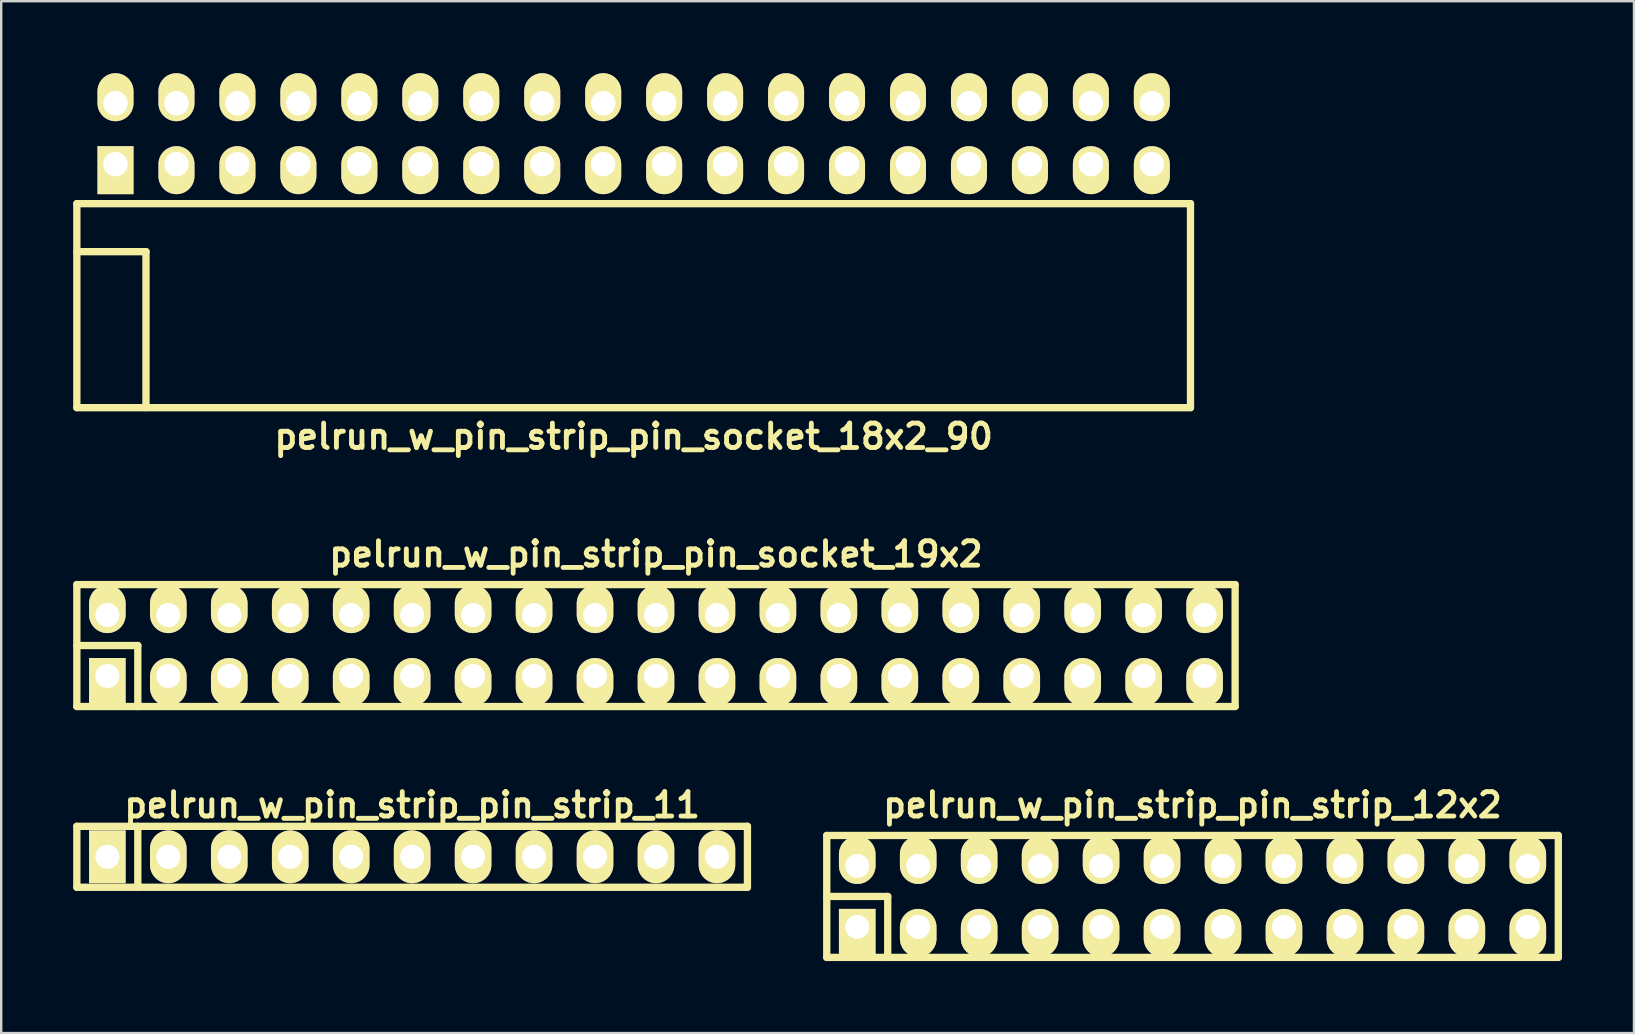
<source format=kicad_pcb>
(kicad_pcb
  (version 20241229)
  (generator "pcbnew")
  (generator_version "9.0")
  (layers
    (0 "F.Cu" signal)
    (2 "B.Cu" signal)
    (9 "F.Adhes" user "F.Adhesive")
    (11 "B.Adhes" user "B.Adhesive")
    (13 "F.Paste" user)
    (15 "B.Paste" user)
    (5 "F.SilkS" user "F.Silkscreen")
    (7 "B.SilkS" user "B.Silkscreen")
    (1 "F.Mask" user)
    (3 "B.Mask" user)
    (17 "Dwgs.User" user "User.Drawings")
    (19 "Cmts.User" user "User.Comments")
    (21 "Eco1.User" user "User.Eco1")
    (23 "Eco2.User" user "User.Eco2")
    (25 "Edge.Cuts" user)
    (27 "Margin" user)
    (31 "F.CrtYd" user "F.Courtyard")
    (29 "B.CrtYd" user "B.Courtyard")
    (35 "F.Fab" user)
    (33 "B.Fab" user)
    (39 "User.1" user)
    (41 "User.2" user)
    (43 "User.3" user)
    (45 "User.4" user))
  (footprint "pelrun_w_pin_strip_pin_socket_18x2_90"
    (layer "F.Cu")
    (at 23.352 7.435)
    (property "Reference" "pelrun_w_pin_strip_pin_socket_18x2_90" (at 0 7.7 0) (layer "F.SilkS") (effects (font (size 1.016 1.016) (thickness 0.203))))
    (attr through_hole)
    (fp_line (start -23.2 -2) (end -23.2 6.5) (stroke (width 0.305) (type solid)) (layer "F.SilkS"))
    (fp_line (start -23.2 -2) (end 23.2 -2) (stroke (width 0.305) (type solid)) (layer "F.SilkS"))
    (fp_line (start -23.2 0) (end -20.32 0) (stroke (width 0.305) (type solid)) (layer "F.SilkS"))
    (fp_line (start -23.2 6.5) (end 23.2 6.5) (stroke (width 0.305) (type solid)) (layer "F.SilkS"))
    (fp_line (start -20.32 0) (end -20.32 6.5) (stroke (width 0.305) (type solid)) (layer "F.SilkS"))
    (fp_line (start 23.2 -2) (end 23.2 6.5) (stroke (width 0.305) (type solid)) (layer "F.SilkS"))
    (pad "1" thru_hole rect (at -21.59 -3.645) (size 1.5 2) (drill 1.02 (offset 0 0.25)) (layers "*.Cu" "*.Mask" "F.SilkS"))
    (pad "2" thru_hole oval (at -21.59 -6.185) (size 1.5 2) (drill 1.02 (offset 0 -0.25)) (layers "*.Cu" "*.Mask" "F.SilkS"))
    (pad "3" thru_hole oval (at -19.05 -3.645) (size 1.5 2) (drill 1.02 (offset 0 0.25)) (layers "*.Cu" "*.Mask" "F.SilkS"))
    (pad "4" thru_hole oval (at -19.05 -6.185) (size 1.5 2) (drill 1.02 (offset 0 -0.25)) (layers "*.Cu" "*.Mask" "F.SilkS"))
    (pad "5" thru_hole oval (at -16.51 -3.645) (size 1.5 2) (drill 1.02 (offset 0 0.25)) (layers "*.Cu" "*.Mask" "F.SilkS"))
    (pad "6" thru_hole oval (at -16.51 -6.185) (size 1.5 2) (drill 1.02 (offset 0 -0.25)) (layers "*.Cu" "*.Mask" "F.SilkS"))
    (pad "7" thru_hole oval (at -13.97 -3.645) (size 1.5 2) (drill 1.02 (offset 0 0.25)) (layers "*.Cu" "*.Mask" "F.SilkS"))
    (pad "8" thru_hole oval (at -13.97 -6.185) (size 1.5 2) (drill 1.02 (offset 0 -0.25)) (layers "*.Cu" "*.Mask" "F.SilkS"))
    (pad "9" thru_hole oval (at -11.43 -3.645) (size 1.5 2) (drill 1.02 (offset 0 0.25)) (layers "*.Cu" "*.Mask" "F.SilkS"))
    (pad "10" thru_hole oval (at -11.43 -6.185) (size 1.5 2) (drill 1.02 (offset 0 -0.25)) (layers "*.Cu" "*.Mask" "F.SilkS"))
    (pad "11" thru_hole oval (at -8.89 -3.645) (size 1.5 2) (drill 1.02 (offset 0 0.25)) (layers "*.Cu" "*.Mask" "F.SilkS"))
    (pad "12" thru_hole oval (at -8.89 -6.185) (size 1.5 2) (drill 1.02 (offset 0 -0.25)) (layers "*.Cu" "*.Mask" "F.SilkS"))
    (pad "13" thru_hole oval (at -6.35 -3.645) (size 1.5 2) (drill 1.02 (offset 0 0.25)) (layers "*.Cu" "*.Mask" "F.SilkS"))
    (pad "14" thru_hole oval (at -6.35 -6.185) (size 1.5 2) (drill 1.02 (offset 0 -0.25)) (layers "*.Cu" "*.Mask" "F.SilkS"))
    (pad "15" thru_hole oval (at -3.81 -3.645) (size 1.5 2) (drill 1.02 (offset 0 0.25)) (layers "*.Cu" "*.Mask" "F.SilkS"))
    (pad "16" thru_hole oval (at -3.81 -6.185) (size 1.5 2) (drill 1.02 (offset 0 -0.25)) (layers "*.Cu" "*.Mask" "F.SilkS"))
    (pad "17" thru_hole oval (at -1.27 -3.645) (size 1.5 2) (drill 1.02 (offset 0 0.25)) (layers "*.Cu" "*.Mask" "F.SilkS"))
    (pad "18" thru_hole oval (at -1.27 -6.185) (size 1.5 2) (drill 1.02 (offset 0 -0.25)) (layers "*.Cu" "*.Mask" "F.SilkS"))
    (pad "19" thru_hole oval (at 1.27 -3.645) (size 1.5 2) (drill 1.02 (offset 0 0.25)) (layers "*.Cu" "*.Mask" "F.SilkS"))
    (pad "20" thru_hole oval (at 1.27 -6.185) (size 1.5 2) (drill 1.02 (offset 0 -0.25)) (layers "*.Cu" "*.Mask" "F.SilkS"))
    (pad "21" thru_hole oval (at 3.81 -3.645) (size 1.5 2) (drill 1.02 (offset 0 0.25)) (layers "*.Cu" "*.Mask" "F.SilkS"))
    (pad "22" thru_hole oval (at 3.81 -6.185) (size 1.5 2) (drill 1.02 (offset 0 -0.25)) (layers "*.Cu" "*.Mask" "F.SilkS"))
    (pad "23" thru_hole oval (at 6.35 -3.645) (size 1.5 2) (drill 1.02 (offset 0 0.25)) (layers "*.Cu" "*.Mask" "F.SilkS"))
    (pad "24" thru_hole oval (at 6.35 -6.185) (size 1.5 2) (drill 1.02 (offset 0 -0.25)) (layers "*.Cu" "*.Mask" "F.SilkS"))
    (pad "25" thru_hole oval (at 8.89 -3.645) (size 1.5 2) (drill 1.02 (offset 0 0.25)) (layers "*.Cu" "*.Mask" "F.SilkS"))
    (pad "26" thru_hole oval (at 8.89 -6.185) (size 1.5 2) (drill 1.02 (offset 0 -0.25)) (layers "*.Cu" "*.Mask" "F.SilkS"))
    (pad "27" thru_hole oval (at 11.43 -3.645) (size 1.5 2) (drill 1.02 (offset 0 0.25)) (layers "*.Cu" "*.Mask" "F.SilkS"))
    (pad "28" thru_hole oval (at 11.43 -6.185) (size 1.5 2) (drill 1.02 (offset 0 -0.25)) (layers "*.Cu" "*.Mask" "F.SilkS"))
    (pad "29" thru_hole oval (at 13.97 -3.645) (size 1.5 2) (drill 1.02 (offset 0 0.25)) (layers "*.Cu" "*.Mask" "F.SilkS"))
    (pad "30" thru_hole oval (at 13.97 -6.185) (size 1.5 2) (drill 1.02 (offset 0 -0.25)) (layers "*.Cu" "*.Mask" "F.SilkS"))
    (pad "31" thru_hole oval (at 16.51 -3.645) (size 1.5 2) (drill 1.02 (offset 0 0.25)) (layers "*.Cu" "*.Mask" "F.SilkS"))
    (pad "32" thru_hole oval (at 16.51 -6.185) (size 1.5 2) (drill 1.02 (offset 0 -0.25)) (layers "*.Cu" "*.Mask" "F.SilkS"))
    (pad "33" thru_hole oval (at 19.05 -3.645) (size 1.5 2) (drill 1.02 (offset 0 0.25)) (layers "*.Cu" "*.Mask" "F.SilkS"))
    (pad "34" thru_hole oval (at 19.05 -6.185) (size 1.5 2) (drill 1.02 (offset 0 -0.25)) (layers "*.Cu" "*.Mask" "F.SilkS"))
    (pad "35" thru_hole oval (at 21.59 -3.645) (size 1.5 2) (drill 1.02 (offset 0 0.25)) (layers "*.Cu" "*.Mask" "F.SilkS"))
    (pad "36" thru_hole oval (at 21.59 -6.185) (size 1.5 2) (drill 1.02 (offset 0 -0.25)) (layers "*.Cu" "*.Mask" "F.SilkS")))
  (footprint "pelrun_w_pin_strip_pin_strip_12x2"
    (layer "F.Cu")
    (at 46.637 34.3)
    (property "Reference" "pelrun_w_pin_strip_pin_strip_12x2" (at 0 -3.81 0) (layer "F.SilkS") (effects (font (size 1.016 1.016) (thickness 0.203))))
    (attr through_hole)
    (fp_line (start -15.24 -2.54) (end -15.24 2.54) (stroke (width 0.305) (type solid)) (layer "F.SilkS"))
    (fp_line (start -15.24 -2.54) (end 15.24 -2.54) (stroke (width 0.305) (type solid)) (layer "F.SilkS"))
    (fp_line (start -15.24 0) (end -12.7 0) (stroke (width 0.305) (type solid)) (layer "F.SilkS"))
    (fp_line (start -12.7 0) (end -12.7 2.54) (stroke (width 0.305) (type solid)) (layer "F.SilkS"))
    (fp_line (start 15.24 2.54) (end -15.24 2.54) (stroke (width 0.305) (type solid)) (layer "F.SilkS"))
    (fp_line (start 15.24 2.54) (end 15.24 -2.54) (stroke (width 0.305) (type solid)) (layer "F.SilkS"))
    (pad "1" thru_hole rect (at -13.97 1.27) (size 1.524 1.999) (drill 1.001 (offset 0 0.249)) (layers "*.Cu" "*.Mask" "F.SilkS"))
    (pad "2" thru_hole oval (at -13.97 -1.27) (size 1.524 1.999) (drill 1.001 (offset 0 -0.249)) (layers "*.Cu" "*.Mask" "F.SilkS"))
    (pad "3" thru_hole oval (at -11.43 1.27) (size 1.524 1.999) (drill 1.001 (offset 0 0.249)) (layers "*.Cu" "*.Mask" "F.SilkS"))
    (pad "4" thru_hole oval (at -11.43 -1.27) (size 1.524 1.999) (drill 1.001 (offset 0 -0.249)) (layers "*.Cu" "*.Mask" "F.SilkS"))
    (pad "5" thru_hole oval (at -8.89 1.27) (size 1.524 1.999) (drill 1.001 (offset 0 0.249)) (layers "*.Cu" "*.Mask" "F.SilkS"))
    (pad "6" thru_hole oval (at -8.89 -1.27) (size 1.524 1.999) (drill 1.001 (offset 0 -0.249)) (layers "*.Cu" "*.Mask" "F.SilkS"))
    (pad "7" thru_hole oval (at -6.35 1.27) (size 1.524 1.999) (drill 1.001 (offset 0 0.249)) (layers "*.Cu" "*.Mask" "F.SilkS"))
    (pad "8" thru_hole oval (at -6.35 -1.27) (size 1.524 1.999) (drill 1.001 (offset 0 -0.249)) (layers "*.Cu" "*.Mask" "F.SilkS"))
    (pad "9" thru_hole oval (at -3.81 1.27) (size 1.524 1.999) (drill 1.001 (offset 0 0.249)) (layers "*.Cu" "*.Mask" "F.SilkS"))
    (pad "10" thru_hole oval (at -3.81 -1.27) (size 1.524 1.999) (drill 1.001 (offset 0 -0.249)) (layers "*.Cu" "*.Mask" "F.SilkS"))
    (pad "11" thru_hole oval (at -1.27 1.27) (size 1.524 1.999) (drill 1.001 (offset 0 0.249)) (layers "*.Cu" "*.Mask" "F.SilkS"))
    (pad "12" thru_hole oval (at -1.27 -1.27) (size 1.524 1.999) (drill 1.001 (offset 0 -0.249)) (layers "*.Cu" "*.Mask" "F.SilkS"))
    (pad "13" thru_hole oval (at 1.27 1.27) (size 1.524 1.999) (drill 1.001 (offset 0 0.249)) (layers "*.Cu" "*.Mask" "F.SilkS"))
    (pad "14" thru_hole oval (at 1.27 -1.27) (size 1.524 1.999) (drill 1.001 (offset 0 -0.249)) (layers "*.Cu" "*.Mask" "F.SilkS"))
    (pad "15" thru_hole oval (at 3.81 1.27) (size 1.524 1.999) (drill 1.001 (offset 0 0.249)) (layers "*.Cu" "*.Mask" "F.SilkS"))
    (pad "16" thru_hole oval (at 3.81 -1.27) (size 1.524 1.999) (drill 1.001 (offset 0 -0.249)) (layers "*.Cu" "*.Mask" "F.SilkS"))
    (pad "17" thru_hole oval (at 6.35 1.27) (size 1.524 1.999) (drill 1.001 (offset 0 0.249)) (layers "*.Cu" "*.Mask" "F.SilkS"))
    (pad "18" thru_hole oval (at 6.35 -1.27) (size 1.524 1.999) (drill 1.001 (offset 0 -0.249)) (layers "*.Cu" "*.Mask" "F.SilkS"))
    (pad "19" thru_hole oval (at 8.89 1.27) (size 1.524 1.999) (drill 1.001 (offset 0 0.249)) (layers "*.Cu" "*.Mask" "F.SilkS"))
    (pad "20" thru_hole oval (at 8.89 -1.27) (size 1.524 1.999) (drill 1.001 (offset 0 -0.249)) (layers "*.Cu" "*.Mask" "F.SilkS"))
    (pad "21" thru_hole oval (at 11.43 1.27) (size 1.524 1.999) (drill 1.001 (offset 0 0.249)) (layers "*.Cu" "*.Mask" "F.SilkS"))
    (pad "22" thru_hole oval (at 11.43 -1.27) (size 1.524 1.999) (drill 1.001 (offset 0 -0.249)) (layers "*.Cu" "*.Mask" "F.SilkS"))
    (pad "23" thru_hole oval (at 13.97 1.27) (size 1.524 1.999) (drill 1.001 (offset 0 0.249)) (layers "*.Cu" "*.Mask" "F.SilkS"))
    (pad "24" thru_hole oval (at 13.97 -1.27) (size 1.524 1.999) (drill 1.001 (offset 0 -0.249)) (layers "*.Cu" "*.Mask" "F.SilkS")))
  (footprint "pelrun_w_pin_strip_pin_socket_19x2"
    (layer "F.Cu")
    (at 24.282 23.847)
    (property "Reference" "pelrun_w_pin_strip_pin_socket_19x2" (at 0 -3.81 0) (layer "F.SilkS") (effects (font (size 1.016 1.016) (thickness 0.203))))
    (attr through_hole)
    (fp_line (start -24.13 -2.54) (end -24.13 2.54) (stroke (width 0.305) (type solid)) (layer "F.SilkS"))
    (fp_line (start -24.13 -2.54) (end 24.13 -2.54) (stroke (width 0.305) (type solid)) (layer "F.SilkS"))
    (fp_line (start -24.13 0) (end -21.59 0) (stroke (width 0.305) (type solid)) (layer "F.SilkS"))
    (fp_line (start -21.59 0) (end -21.59 2.54) (stroke (width 0.305) (type solid)) (layer "F.SilkS"))
    (fp_line (start 24.13 2.54) (end -24.13 2.54) (stroke (width 0.305) (type solid)) (layer "F.SilkS"))
    (fp_line (start 24.13 2.54) (end 24.13 -2.54) (stroke (width 0.305) (type solid)) (layer "F.SilkS"))
    (pad "1" thru_hole rect (at -22.86 1.27) (size 1.524 1.999) (drill 1.001 (offset 0 0.249)) (layers "*.Cu" "*.Mask" "F.SilkS"))
    (pad "2" thru_hole oval (at -22.86 -1.27) (size 1.524 1.999) (drill 1.001 (offset 0 -0.249)) (layers "*.Cu" "*.Mask" "F.SilkS"))
    (pad "3" thru_hole oval (at -20.32 1.27) (size 1.524 1.999) (drill 1.001 (offset 0 0.249)) (layers "*.Cu" "*.Mask" "F.SilkS"))
    (pad "4" thru_hole oval (at -20.32 -1.27) (size 1.524 1.999) (drill 1.001 (offset 0 -0.249)) (layers "*.Cu" "*.Mask" "F.SilkS"))
    (pad "5" thru_hole oval (at -17.78 1.27) (size 1.524 1.999) (drill 1.001 (offset 0 0.249)) (layers "*.Cu" "*.Mask" "F.SilkS"))
    (pad "6" thru_hole oval (at -17.78 -1.27) (size 1.524 1.999) (drill 1.001 (offset 0 -0.249)) (layers "*.Cu" "*.Mask" "F.SilkS"))
    (pad "7" thru_hole oval (at -15.24 1.27) (size 1.524 1.999) (drill 1.001 (offset 0 0.249)) (layers "*.Cu" "*.Mask" "F.SilkS"))
    (pad "8" thru_hole oval (at -15.24 -1.27) (size 1.524 1.999) (drill 1.001 (offset 0 -0.249)) (layers "*.Cu" "*.Mask" "F.SilkS"))
    (pad "9" thru_hole oval (at -12.7 1.27) (size 1.524 1.999) (drill 1.001 (offset 0 0.249)) (layers "*.Cu" "*.Mask" "F.SilkS"))
    (pad "10" thru_hole oval (at -12.7 -1.27) (size 1.524 1.999) (drill 1.001 (offset 0 -0.249)) (layers "*.Cu" "*.Mask" "F.SilkS"))
    (pad "11" thru_hole oval (at -10.16 1.27) (size 1.524 1.999) (drill 1.001 (offset 0 0.249)) (layers "*.Cu" "*.Mask" "F.SilkS"))
    (pad "12" thru_hole oval (at -10.16 -1.27) (size 1.524 1.999) (drill 1.001 (offset 0 -0.249)) (layers "*.Cu" "*.Mask" "F.SilkS"))
    (pad "13" thru_hole oval (at -7.62 1.27) (size 1.524 1.999) (drill 1.001 (offset 0 0.249)) (layers "*.Cu" "*.Mask" "F.SilkS"))
    (pad "14" thru_hole oval (at -7.62 -1.27) (size 1.524 1.999) (drill 1.001 (offset 0 -0.249)) (layers "*.Cu" "*.Mask" "F.SilkS"))
    (pad "15" thru_hole oval (at -5.08 1.27) (size 1.524 1.999) (drill 1.001 (offset 0 0.249)) (layers "*.Cu" "*.Mask" "F.SilkS"))
    (pad "16" thru_hole oval (at -5.08 -1.27) (size 1.524 1.999) (drill 1.001 (offset 0 -0.249)) (layers "*.Cu" "*.Mask" "F.SilkS"))
    (pad "17" thru_hole oval (at -2.54 1.27) (size 1.524 1.999) (drill 1.001 (offset 0 0.249)) (layers "*.Cu" "*.Mask" "F.SilkS"))
    (pad "18" thru_hole oval (at -2.54 -1.27) (size 1.524 1.999) (drill 1.001 (offset 0 -0.249)) (layers "*.Cu" "*.Mask" "F.SilkS"))
    (pad "19" thru_hole oval (at 0 1.27) (size 1.524 1.999) (drill 1.001 (offset 0 0.249)) (layers "*.Cu" "*.Mask" "F.SilkS"))
    (pad "20" thru_hole oval (at 0 -1.27) (size 1.524 1.999) (drill 1.001 (offset 0 -0.249)) (layers "*.Cu" "*.Mask" "F.SilkS"))
    (pad "21" thru_hole oval (at 2.54 1.27) (size 1.524 1.999) (drill 1.001 (offset 0 0.249)) (layers "*.Cu" "*.Mask" "F.SilkS"))
    (pad "22" thru_hole oval (at 2.54 -1.27) (size 1.524 1.999) (drill 1.001 (offset 0 -0.249)) (layers "*.Cu" "*.Mask" "F.SilkS"))
    (pad "23" thru_hole oval (at 5.08 1.27) (size 1.524 1.999) (drill 1.001 (offset 0 0.249)) (layers "*.Cu" "*.Mask" "F.SilkS"))
    (pad "24" thru_hole oval (at 5.08 -1.27) (size 1.524 1.999) (drill 1.001 (offset 0 -0.249)) (layers "*.Cu" "*.Mask" "F.SilkS"))
    (pad "25" thru_hole oval (at 7.62 1.27) (size 1.524 1.999) (drill 1.001 (offset 0 0.249)) (layers "*.Cu" "*.Mask" "F.SilkS"))
    (pad "26" thru_hole oval (at 7.62 -1.27) (size 1.524 1.999) (drill 1.001 (offset 0 -0.249)) (layers "*.Cu" "*.Mask" "F.SilkS"))
    (pad "27" thru_hole oval (at 10.16 1.27) (size 1.524 1.999) (drill 1.001 (offset 0 0.249)) (layers "*.Cu" "*.Mask" "F.SilkS"))
    (pad "28" thru_hole oval (at 10.16 -1.27) (size 1.524 1.999) (drill 1.001 (offset 0 -0.249)) (layers "*.Cu" "*.Mask" "F.SilkS"))
    (pad "29" thru_hole oval (at 12.7 1.27) (size 1.524 1.999) (drill 1.001 (offset 0 0.249)) (layers "*.Cu" "*.Mask" "F.SilkS"))
    (pad "30" thru_hole oval (at 12.7 -1.27) (size 1.524 1.999) (drill 1.001 (offset 0 -0.249)) (layers "*.Cu" "*.Mask" "F.SilkS"))
    (pad "31" thru_hole oval (at 15.24 1.27) (size 1.524 1.999) (drill 1.001 (offset 0 0.249)) (layers "*.Cu" "*.Mask" "F.SilkS"))
    (pad "32" thru_hole oval (at 15.24 -1.27) (size 1.524 1.999) (drill 1.001 (offset 0 -0.249)) (layers "*.Cu" "*.Mask" "F.SilkS"))
    (pad "33" thru_hole oval (at 17.78 1.27) (size 1.524 1.999) (drill 1.001 (offset 0 0.249)) (layers "*.Cu" "*.Mask" "F.SilkS"))
    (pad "34" thru_hole oval (at 17.78 -1.27) (size 1.524 1.999) (drill 1.001 (offset 0 -0.249)) (layers "*.Cu" "*.Mask" "F.SilkS"))
    (pad "35" thru_hole oval (at 20.32 1.27) (size 1.524 1.999) (drill 1.001 (offset 0 0.249)) (layers "*.Cu" "*.Mask" "F.SilkS"))
    (pad "36" thru_hole oval (at 20.32 -1.27) (size 1.524 1.999) (drill 1.001 (offset 0 -0.249)) (layers "*.Cu" "*.Mask" "F.SilkS"))
    (pad "37" thru_hole oval (at 22.86 1.27) (size 1.524 1.999) (drill 1.001 (offset 0 0.249)) (layers "*.Cu" "*.Mask" "F.SilkS"))
    (pad "38" thru_hole oval (at 22.86 -1.27) (size 1.524 1.999) (drill 1.001 (offset 0 -0.249)) (layers "*.Cu" "*.Mask" "F.SilkS")))
  (footprint "pelrun_w_pin_strip_pin_strip_11"
    (layer "F.Cu")
    (at 14.122 32.649)
    (property "Reference" "pelrun_w_pin_strip_pin_strip_11" (at 0 -2.159 0) (layer "F.SilkS") (effects (font (size 1.016 1.016) (thickness 0.203))))
    (attr through_hole)
    (fp_line (start -13.97 -1.27) (end 13.97 -1.27) (stroke (width 0.305) (type solid)) (layer "F.SilkS"))
    (fp_line (start -13.97 1.27) (end -13.97 -1.27) (stroke (width 0.305) (type solid)) (layer "F.SilkS"))
    (fp_line (start -11.43 -1.27) (end -11.43 1.27) (stroke (width 0.305) (type solid)) (layer "F.SilkS"))
    (fp_line (start 13.97 -1.27) (end 13.97 1.27) (stroke (width 0.305) (type solid)) (layer "F.SilkS"))
    (fp_line (start 13.97 1.27) (end -13.97 1.27) (stroke (width 0.305) (type solid)) (layer "F.SilkS"))
    (pad "1" thru_hole rect (at -12.7 0) (size 1.524 2.2) (drill 1.001) (layers "*.Cu" "*.Mask" "F.SilkS"))
    (pad "2" thru_hole oval (at -10.16 0) (size 1.524 2.2) (drill 1.001) (layers "*.Cu" "*.Mask" "F.SilkS"))
    (pad "3" thru_hole oval (at -7.62 0) (size 1.524 2.2) (drill 1.001) (layers "*.Cu" "*.Mask" "F.SilkS"))
    (pad "4" thru_hole oval (at -5.08 0) (size 1.524 2.2) (drill 1.001) (layers "*.Cu" "*.Mask" "F.SilkS"))
    (pad "5" thru_hole oval (at -2.54 0) (size 1.524 2.2) (drill 1.001) (layers "*.Cu" "*.Mask" "F.SilkS"))
    (pad "6" thru_hole oval (at 0 0) (size 1.524 2.2) (drill 1.001) (layers "*.Cu" "*.Mask" "F.SilkS"))
    (pad "7" thru_hole oval (at 2.54 0) (size 1.524 2.2) (drill 1.001) (layers "*.Cu" "*.Mask" "F.SilkS"))
    (pad "8" thru_hole oval (at 5.08 0) (size 1.524 2.2) (drill 1.001) (layers "*.Cu" "*.Mask" "F.SilkS"))
    (pad "9" thru_hole oval (at 7.62 0) (size 1.524 2.2) (drill 1.001) (layers "*.Cu" "*.Mask" "F.SilkS"))
    (pad "10" thru_hole oval (at 10.16 0) (size 1.524 2.2) (drill 1.001) (layers "*.Cu" "*.Mask" "F.SilkS"))
    (pad "11" thru_hole oval (at 12.7 0) (size 1.524 2.2) (drill 1.001) (layers "*.Cu" "*.Mask" "F.SilkS")))
  (gr_rect
    (start -3 -3)
    (end 65.03 39.993)
    (stroke (width 0.1) (type default))
    (fill no)
    (layer "Edge.Cuts")))
</source>
